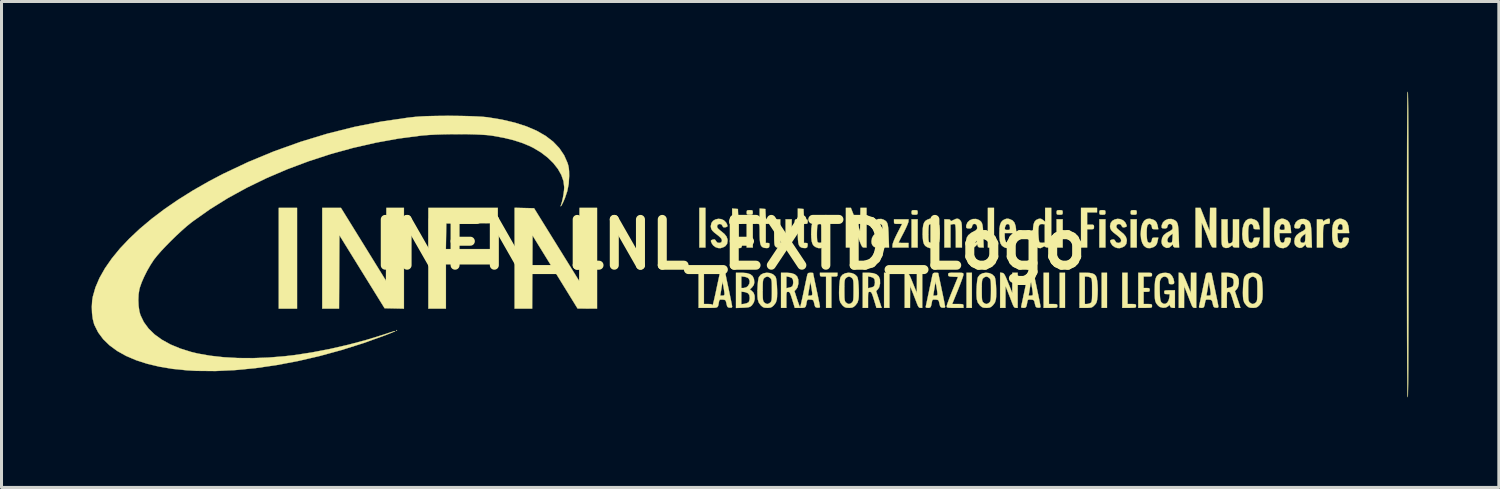
<source format=kicad_pcb>
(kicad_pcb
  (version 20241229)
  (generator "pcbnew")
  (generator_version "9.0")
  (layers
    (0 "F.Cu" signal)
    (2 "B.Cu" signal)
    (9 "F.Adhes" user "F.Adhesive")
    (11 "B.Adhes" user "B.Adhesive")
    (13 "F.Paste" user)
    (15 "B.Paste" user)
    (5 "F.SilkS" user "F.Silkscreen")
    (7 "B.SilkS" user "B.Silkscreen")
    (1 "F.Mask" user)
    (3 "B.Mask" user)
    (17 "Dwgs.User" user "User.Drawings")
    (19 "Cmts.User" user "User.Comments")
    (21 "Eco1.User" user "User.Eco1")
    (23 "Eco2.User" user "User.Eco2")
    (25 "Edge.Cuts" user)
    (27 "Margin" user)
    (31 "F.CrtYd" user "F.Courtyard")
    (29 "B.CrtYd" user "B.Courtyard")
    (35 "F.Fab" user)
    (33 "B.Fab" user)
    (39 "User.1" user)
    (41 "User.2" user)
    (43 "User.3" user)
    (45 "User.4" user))
  (footprint "INFN_LNL_EXTD_Logo"
    (layer "F.Cu")
    (at 21.236 5.085)
    (property "Reference" "INFN_LNL_EXTD_Logo" (at 0 0 0) (layer "F.SilkS") (effects (font (size 1.524 1.524) (thickness 0.3))))
    (attr through_hole)
    (fp_poly (pts (xy -14.402 2.134) (xy -15.011 2.134) (xy -15.011 -1.219) (xy -14.402 -1.219) (xy -14.402 2.134)) (stroke (width 0.01) (type solid)) (fill yes) (layer "F.SilkS"))
    (fp_poly (pts (xy -11.074 2.857) (xy -11.087 2.87) (xy -11.1 2.857) (xy -11.087 2.845) (xy -11.074 2.857)) (stroke (width 0.01) (type solid)) (fill yes) (layer "F.SilkS"))
    (fp_poly (pts (xy -0.813 0.102) (xy -1.016 0.102) (xy -1.016 -1.219) (xy -0.813 -1.219) (xy -0.813 0.102)) (stroke (width 0.01) (type solid)) (fill yes) (layer "F.SilkS"))
    (fp_poly (pts (xy 0.762 0.102) (xy 0.559 0.102) (xy 0.559 -0.838) (xy 0.762 -0.838) (xy 0.762 0.102)) (stroke (width 0.01) (type solid)) (fill yes) (layer "F.SilkS"))
    (fp_poly (pts (xy 5.309 2.108) (xy 5.131 2.108) (xy 5.131 0.94) (xy 5.309 0.94) (xy 5.309 2.108)) (stroke (width 0.01) (type solid)) (fill yes) (layer "F.SilkS"))
    (fp_poly (pts (xy 6.248 0.102) (xy 6.045 0.102) (xy 6.045 -0.838) (xy 6.248 -0.838) (xy 6.248 0.102)) (stroke (width 0.01) (type solid)) (fill yes) (layer "F.SilkS"))
    (fp_poly (pts (xy 8.052 2.108) (xy 7.874 2.108) (xy 7.874 0.94) (xy 8.052 0.94) (xy 8.052 2.108)) (stroke (width 0.01) (type solid)) (fill yes) (layer "F.SilkS"))
    (fp_poly (pts (xy 8.788 0.102) (xy 8.585 0.102) (xy 8.585 -1.219) (xy 8.788 -1.219) (xy 8.788 0.102)) (stroke (width 0.01) (type solid)) (fill yes) (layer "F.SilkS"))
    (fp_poly (pts (xy 11.074 0.102) (xy 10.871 0.102) (xy 10.871 -0.838) (xy 11.074 -0.838) (xy 11.074 0.102)) (stroke (width 0.01) (type solid)) (fill yes) (layer "F.SilkS"))
    (fp_poly (pts (xy 11.151 2.108) (xy 10.973 2.108) (xy 10.973 0.94) (xy 11.151 0.94) (xy 11.151 2.108)) (stroke (width 0.01) (type solid)) (fill yes) (layer "F.SilkS"))
    (fp_poly (pts (xy 12.497 0.102) (xy 12.294 0.102) (xy 12.294 -0.838) (xy 12.497 -0.838) (xy 12.497 0.102)) (stroke (width 0.01) (type solid)) (fill yes) (layer "F.SilkS"))
    (fp_poly (pts (xy 12.548 2.108) (xy 12.37 2.108) (xy 12.37 0.94) (xy 12.548 0.94) (xy 12.548 2.108)) (stroke (width 0.01) (type solid)) (fill yes) (layer "F.SilkS"))
    (fp_poly (pts (xy 13.538 0.102) (xy 13.335 0.102) (xy 13.335 -0.838) (xy 13.538 -0.838) (xy 13.538 0.102)) (stroke (width 0.01) (type solid)) (fill yes) (layer "F.SilkS"))
    (fp_poly (pts (xy 17.958 0.102) (xy 17.755 0.102) (xy 17.755 -1.219) (xy 17.958 -1.219) (xy 17.958 0.102)) (stroke (width 0.01) (type solid)) (fill yes) (layer "F.SilkS"))
    (fp_poly (pts (xy -7.722 -0.712) (xy -9.436 -0.699) (xy -9.443 -0.273) (xy -9.45 0.152) (xy -7.925 0.152) (xy -7.925 0.66) (xy -9.449 0.66) (xy -9.449 2.134) (xy -10.033 2.134) (xy -10.033 -1.219) (xy -7.722 -1.219) (xy -7.722 -0.712)) (stroke (width 0.01) (type solid)) (fill yes) (layer "F.SilkS"))
    (fp_poly (pts (xy -6.515 -1.206) (xy -5.766 0.002) (xy -5.016 1.211) (xy -5.01 -0.004) (xy -5.003 -1.219) (xy -4.42 -1.219) (xy -4.42 2.134) (xy -5.067 2.131) (xy -6.566 -0.3) (xy -6.579 2.134) (xy -7.163 2.134) (xy -7.163 -1.221) (xy -6.515 -1.206)) (stroke (width 0.01) (type solid)) (fill yes) (layer "F.SilkS"))
    (fp_poly (pts (xy -10.846 2.135) (xy -11.168 2.128) (xy -11.489 2.121) (xy -12.241 0.907) (xy -12.992 -0.307) (xy -13.005 2.134) (xy -13.564 2.134) (xy -13.564 -1.219) (xy -13.252 -1.219) (xy -12.941 -1.218) (xy -12.192 -0.007) (xy -11.443 1.205) (xy -11.43 -1.219) (xy -10.846 -1.219) (xy -10.846 2.135)) (stroke (width 0.01) (type solid)) (fill yes) (layer "F.SilkS"))
    (fp_poly (pts (xy 10.617 1.981) (xy 10.757 1.981) (xy 10.837 1.983) (xy 10.879 1.992) (xy 10.894 2.013) (xy 10.897 2.045) (xy 10.895 2.075) (xy 10.883 2.093) (xy 10.851 2.103) (xy 10.789 2.107) (xy 10.688 2.108) (xy 10.668 2.108) (xy 10.439 2.108) (xy 10.439 0.94) (xy 10.617 0.94) (xy 10.617 1.981)) (stroke (width 0.01) (type solid)) (fill yes) (layer "F.SilkS"))
    (fp_poly (pts (xy 13.233 1.981) (xy 13.373 1.981) (xy 13.453 1.983) (xy 13.495 1.992) (xy 13.511 2.013) (xy 13.513 2.045) (xy 13.511 2.075) (xy 13.499 2.093) (xy 13.467 2.103) (xy 13.405 2.107) (xy 13.304 2.108) (xy 13.284 2.108) (xy 13.056 2.108) (xy 13.056 0.94) (xy 13.233 0.94) (xy 13.233 1.981)) (stroke (width 0.01) (type solid)) (fill yes) (layer "F.SilkS"))
    (fp_poly (pts (xy 0.726 -1.14) (xy 0.755 -1.124) (xy 0.762 -1.083) (xy 0.762 -1.067) (xy 0.758 -1.018) (xy 0.736 -0.996) (xy 0.682 -0.991) (xy 0.66 -0.991) (xy 0.595 -0.994) (xy 0.566 -1.01) (xy 0.559 -1.05) (xy 0.559 -1.067) (xy 0.563 -1.116) (xy 0.585 -1.137) (xy 0.639 -1.143) (xy 0.66 -1.143) (xy 0.726 -1.14)) (stroke (width 0.01) (type solid)) (fill yes) (layer "F.SilkS"))
    (fp_poly (pts (xy 3.581 1.003) (xy 3.576 1.044) (xy 3.55 1.062) (xy 3.489 1.067) (xy 3.48 1.067) (xy 3.378 1.067) (xy 3.378 2.108) (xy 3.2 2.108) (xy 3.2 1.067) (xy 3.099 1.067) (xy 3.033 1.063) (xy 3.004 1.047) (xy 2.997 1.009) (xy 2.997 1.003) (xy 2.997 0.94) (xy 3.581 0.94) (xy 3.581 1.003)) (stroke (width 0.01) (type solid)) (fill yes) (layer "F.SilkS"))
    (fp_poly (pts (xy 6.212 -1.14) (xy 6.241 -1.124) (xy 6.248 -1.083) (xy 6.248 -1.067) (xy 6.244 -1.018) (xy 6.223 -0.996) (xy 6.169 -0.991) (xy 6.147 -0.991) (xy 6.082 -0.994) (xy 6.053 -1.01) (xy 6.045 -1.05) (xy 6.045 -1.067) (xy 6.049 -1.116) (xy 6.071 -1.137) (xy 6.125 -1.143) (xy 6.147 -1.143) (xy 6.212 -1.14)) (stroke (width 0.01) (type solid)) (fill yes) (layer "F.SilkS"))
    (fp_poly (pts (xy 11.038 -1.14) (xy 11.067 -1.124) (xy 11.074 -1.083) (xy 11.074 -1.067) (xy 11.07 -1.018) (xy 11.049 -0.996) (xy 10.995 -0.991) (xy 10.973 -0.991) (xy 10.908 -0.994) (xy 10.879 -1.01) (xy 10.871 -1.05) (xy 10.871 -1.067) (xy 10.875 -1.116) (xy 10.897 -1.137) (xy 10.951 -1.143) (xy 10.973 -1.143) (xy 11.038 -1.14)) (stroke (width 0.01) (type solid)) (fill yes) (layer "F.SilkS"))
    (fp_poly (pts (xy 12.46 -1.14) (xy 12.489 -1.124) (xy 12.497 -1.083) (xy 12.497 -1.067) (xy 12.493 -1.018) (xy 12.471 -0.996) (xy 12.417 -0.991) (xy 12.395 -0.991) (xy 12.33 -0.994) (xy 12.301 -1.01) (xy 12.294 -1.05) (xy 12.294 -1.067) (xy 12.298 -1.116) (xy 12.319 -1.137) (xy 12.373 -1.143) (xy 12.395 -1.143) (xy 12.46 -1.14)) (stroke (width 0.01) (type solid)) (fill yes) (layer "F.SilkS"))
    (fp_poly (pts (xy 13.502 -1.14) (xy 13.531 -1.124) (xy 13.538 -1.083) (xy 13.538 -1.067) (xy 13.534 -1.018) (xy 13.512 -0.996) (xy 13.458 -0.991) (xy 13.437 -0.991) (xy 13.371 -0.994) (xy 13.342 -1.01) (xy 13.335 -1.05) (xy 13.335 -1.067) (xy 13.339 -1.116) (xy 13.361 -1.137) (xy 13.415 -1.143) (xy 13.437 -1.143) (xy 13.502 -1.14)) (stroke (width 0.01) (type solid)) (fill yes) (layer "F.SilkS"))
    (fp_poly (pts (xy 12.217 -1.067) (xy 11.887 -1.067) (xy 11.887 -0.66) (xy 12.002 -0.66) (xy 12.072 -0.658) (xy 12.105 -0.645) (xy 12.115 -0.613) (xy 12.116 -0.584) (xy 12.112 -0.537) (xy 12.093 -0.515) (xy 12.045 -0.508) (xy 12.002 -0.508) (xy 11.887 -0.508) (xy 11.887 0.102) (xy 11.684 0.102) (xy 11.684 -1.219) (xy 12.217 -1.219) (xy 12.217 -1.067)) (stroke (width 0.01) (type solid)) (fill yes) (layer "F.SilkS"))
    (fp_poly (pts (xy 4.547 0.102) (xy 4.473 0.102) (xy 4.442 0.099) (xy 4.416 0.088) (xy 4.392 0.059) (xy 4.365 0.005) (xy 4.329 -0.08) (xy 4.28 -0.206) (xy 4.279 -0.21) (xy 4.229 -0.337) (xy 4.182 -0.456) (xy 4.142 -0.555) (xy 4.115 -0.62) (xy 4.114 -0.622) (xy 4.068 -0.724) (xy 4.064 0.102) (xy 3.861 0.102) (xy 3.861 -1.219) (xy 4.026 -1.219) (xy 4.331 -0.446) (xy 4.338 -0.833) (xy 4.345 -1.219) (xy 4.547 -1.219) (xy 4.547 0.102)) (stroke (width 0.01) (type solid)) (fill yes) (layer "F.SilkS"))
    (fp_poly (pts (xy 16.18 0.102) (xy 16.106 0.102) (xy 16.075 0.099) (xy 16.05 0.088) (xy 16.026 0.059) (xy 15.998 0.005) (xy 15.962 -0.08) (xy 15.913 -0.206) (xy 15.912 -0.21) (xy 15.863 -0.337) (xy 15.815 -0.456) (xy 15.775 -0.555) (xy 15.748 -0.62) (xy 15.747 -0.622) (xy 15.701 -0.724) (xy 15.697 0.102) (xy 15.494 0.102) (xy 15.494 -1.219) (xy 15.659 -1.219) (xy 15.964 -0.446) (xy 15.971 -0.833) (xy 15.978 -1.219) (xy 16.18 -1.219) (xy 16.18 0.102)) (stroke (width 0.01) (type solid)) (fill yes) (layer "F.SilkS"))
    (fp_poly (pts (xy 5.885 0.944) (xy 5.914 0.952) (xy 5.94 0.97) (xy 5.966 1.008) (xy 5.999 1.071) (xy 6.041 1.169) (xy 6.087 1.283) (xy 6.221 1.613) (xy 6.222 1.276) (xy 6.223 0.94) (xy 6.401 0.94) (xy 6.401 2.108) (xy 6.34 2.108) (xy 6.306 2.102) (xy 6.278 2.077) (xy 6.248 2.023) (xy 6.211 1.93) (xy 6.209 1.924) (xy 6.162 1.801) (xy 6.109 1.665) (xy 6.068 1.562) (xy 5.997 1.384) (xy 5.996 1.746) (xy 5.994 2.108) (xy 5.817 2.108) (xy 5.817 0.936) (xy 5.885 0.944)) (stroke (width 0.01) (type solid)) (fill yes) (layer "F.SilkS"))
    (fp_poly (pts (xy 9.06 0.944) (xy 9.089 0.952) (xy 9.115 0.97) (xy 9.141 1.008) (xy 9.174 1.071) (xy 9.216 1.169) (xy 9.262 1.283) (xy 9.396 1.613) (xy 9.397 1.276) (xy 9.398 0.94) (xy 9.576 0.94) (xy 9.576 2.108) (xy 9.515 2.108) (xy 9.481 2.102) (xy 9.453 2.077) (xy 9.423 2.023) (xy 9.386 1.93) (xy 9.384 1.924) (xy 9.337 1.801) (xy 9.284 1.665) (xy 9.243 1.562) (xy 9.172 1.384) (xy 9.171 1.746) (xy 9.169 2.108) (xy 8.992 2.108) (xy 8.992 0.936) (xy 9.06 0.944)) (stroke (width 0.01) (type solid)) (fill yes) (layer "F.SilkS"))
    (fp_poly (pts (xy 15.004 0.944) (xy 15.033 0.952) (xy 15.058 0.97) (xy 15.085 1.008) (xy 15.117 1.071) (xy 15.159 1.169) (xy 15.206 1.283) (xy 15.339 1.613) (xy 15.34 1.276) (xy 15.342 0.94) (xy 15.519 0.94) (xy 15.519 2.108) (xy 15.458 2.108) (xy 15.424 2.102) (xy 15.396 2.077) (xy 15.367 2.023) (xy 15.33 1.93) (xy 15.327 1.924) (xy 15.28 1.801) (xy 15.227 1.665) (xy 15.187 1.562) (xy 15.116 1.384) (xy 15.114 1.746) (xy 15.113 2.108) (xy 14.935 2.108) (xy 14.935 0.936) (xy 15.004 0.944)) (stroke (width 0.01) (type solid)) (fill yes) (layer "F.SilkS"))
    (fp_poly (pts (xy 19.96 -0.843) (xy 19.964 -0.789) (xy 19.964 -0.777) (xy 19.961 -0.717) (xy 19.94 -0.691) (xy 19.889 -0.686) (xy 19.881 -0.686) (xy 19.827 -0.683) (xy 19.789 -0.67) (xy 19.763 -0.639) (xy 19.747 -0.583) (xy 19.739 -0.495) (xy 19.736 -0.369) (xy 19.736 -0.262) (xy 19.736 0.102) (xy 19.533 0.102) (xy 19.533 -0.838) (xy 19.634 -0.838) (xy 19.703 -0.833) (xy 19.732 -0.814) (xy 19.736 -0.796) (xy 19.74 -0.768) (xy 19.761 -0.777) (xy 19.78 -0.794) (xy 19.839 -0.831) (xy 19.895 -0.852) (xy 19.941 -0.859) (xy 19.96 -0.843)) (stroke (width 0.01) (type solid)) (fill yes) (layer "F.SilkS"))
    (fp_poly (pts (xy 5.944 -0.77) (xy 5.932 -0.724) (xy 5.9 -0.643) (xy 5.853 -0.538) (xy 5.795 -0.42) (xy 5.779 -0.389) (xy 5.719 -0.275) (xy 5.669 -0.178) (xy 5.633 -0.105) (xy 5.615 -0.067) (xy 5.613 -0.063) (xy 5.637 -0.057) (xy 5.697 -0.052) (xy 5.779 -0.051) (xy 5.944 -0.051) (xy 5.944 0.102) (xy 5.41 0.102) (xy 5.411 0.019) (xy 5.424 -0.041) (xy 5.46 -0.137) (xy 5.515 -0.26) (xy 5.572 -0.375) (xy 5.732 -0.686) (xy 5.596 -0.686) (xy 5.518 -0.687) (xy 5.478 -0.696) (xy 5.463 -0.72) (xy 5.461 -0.762) (xy 5.461 -0.838) (xy 5.944 -0.838) (xy 5.944 -0.77)) (stroke (width 0.01) (type solid)) (fill yes) (layer "F.SilkS"))
    (fp_poly (pts (xy 7.64 -0.829) (xy 7.669 -0.797) (xy 7.689 -0.768) (xy 7.703 -0.734) (xy 7.712 -0.686) (xy 7.718 -0.617) (xy 7.721 -0.516) (xy 7.722 -0.377) (xy 7.722 -0.314) (xy 7.722 0.102) (xy 7.518 0.102) (xy 7.518 -0.278) (xy 7.517 -0.439) (xy 7.511 -0.561) (xy 7.503 -0.641) (xy 7.492 -0.674) (xy 7.492 -0.674) (xy 7.448 -0.681) (xy 7.403 -0.675) (xy 7.341 -0.659) (xy 7.341 0.102) (xy 7.137 0.102) (xy 7.137 -0.838) (xy 7.239 -0.838) (xy 7.31 -0.832) (xy 7.339 -0.811) (xy 7.341 -0.8) (xy 7.348 -0.78) (xy 7.377 -0.784) (xy 7.435 -0.813) (xy 7.524 -0.853) (xy 7.588 -0.858) (xy 7.64 -0.829)) (stroke (width 0.01) (type solid)) (fill yes) (layer "F.SilkS"))
    (fp_poly (pts (xy 1.676 -0.446) (xy 1.678 -0.272) (xy 1.684 -0.145) (xy 1.693 -0.066) (xy 1.704 -0.037) (xy 1.745 -0.035) (xy 1.793 -0.052) (xy 1.817 -0.066) (xy 1.833 -0.085) (xy 1.844 -0.117) (xy 1.85 -0.169) (xy 1.853 -0.252) (xy 1.854 -0.371) (xy 1.854 -0.461) (xy 1.854 -0.838) (xy 2.057 -0.838) (xy 2.057 0.102) (xy 1.956 0.102) (xy 1.885 0.095) (xy 1.856 0.074) (xy 1.854 0.064) (xy 1.844 0.029) (xy 1.81 0.038) (xy 1.778 0.063) (xy 1.699 0.109) (xy 1.614 0.118) (xy 1.54 0.09) (xy 1.527 0.079) (xy 1.507 0.056) (xy 1.493 0.028) (xy 1.483 -0.013) (xy 1.478 -0.076) (xy 1.474 -0.168) (xy 1.473 -0.297) (xy 1.473 -0.406) (xy 1.473 -0.838) (xy 1.676 -0.838) (xy 1.676 -0.446)) (stroke (width 0.01) (type solid)) (fill yes) (layer "F.SilkS"))
    (fp_poly (pts (xy 13.926 0.94) (xy 13.993 0.944) (xy 14.029 0.952) (xy 14.043 0.97) (xy 14.046 0.998) (xy 14.046 1.003) (xy 14.043 1.04) (xy 14.023 1.059) (xy 13.976 1.066) (xy 13.906 1.067) (xy 13.767 1.067) (xy 13.767 1.448) (xy 13.868 1.448) (xy 13.934 1.451) (xy 13.963 1.468) (xy 13.97 1.506) (xy 13.97 1.511) (xy 13.964 1.552) (xy 13.938 1.57) (xy 13.877 1.575) (xy 13.868 1.575) (xy 13.767 1.575) (xy 13.767 1.981) (xy 13.906 1.981) (xy 13.987 1.983) (xy 14.028 1.992) (xy 14.044 2.013) (xy 14.046 2.045) (xy 14.044 2.075) (xy 14.032 2.093) (xy 14 2.103) (xy 13.939 2.107) (xy 13.838 2.108) (xy 13.818 2.108) (xy 13.589 2.108) (xy 13.589 0.94) (xy 13.818 0.94) (xy 13.926 0.94)) (stroke (width 0.01) (type solid)) (fill yes) (layer "F.SilkS"))
    (fp_poly (pts (xy 16.561 -0.446) (xy 16.563 -0.272) (xy 16.568 -0.145) (xy 16.577 -0.066) (xy 16.589 -0.037) (xy 16.63 -0.035) (xy 16.678 -0.052) (xy 16.701 -0.066) (xy 16.718 -0.085) (xy 16.728 -0.117) (xy 16.735 -0.169) (xy 16.738 -0.252) (xy 16.739 -0.371) (xy 16.739 -0.461) (xy 16.739 -0.838) (xy 16.942 -0.838) (xy 16.942 0.102) (xy 16.84 0.102) (xy 16.77 0.095) (xy 16.74 0.074) (xy 16.739 0.064) (xy 16.728 0.029) (xy 16.694 0.038) (xy 16.663 0.063) (xy 16.584 0.109) (xy 16.498 0.118) (xy 16.424 0.09) (xy 16.411 0.079) (xy 16.391 0.056) (xy 16.377 0.028) (xy 16.368 -0.013) (xy 16.362 -0.076) (xy 16.359 -0.168) (xy 16.358 -0.297) (xy 16.358 -0.406) (xy 16.358 -0.838) (xy 16.561 -0.838) (xy 16.561 -0.446)) (stroke (width 0.01) (type solid)) (fill yes) (layer "F.SilkS"))
    (fp_poly (pts (xy 4.604 0.94) (xy 4.762 0.953) (xy 4.878 0.993) (xy 4.955 1.063) (xy 4.994 1.164) (xy 4.997 1.299) (xy 4.997 1.303) (xy 4.968 1.423) (xy 4.926 1.488) (xy 4.866 1.551) (xy 4.958 1.83) (xy 5.05 2.108) (xy 4.877 2.108) (xy 4.796 1.841) (xy 4.759 1.724) (xy 4.731 1.646) (xy 4.707 1.601) (xy 4.684 1.58) (xy 4.658 1.575) (xy 4.656 1.575) (xy 4.63 1.577) (xy 4.613 1.589) (xy 4.603 1.62) (xy 4.599 1.68) (xy 4.597 1.776) (xy 4.597 1.841) (xy 4.597 2.108) (xy 4.42 2.108) (xy 4.42 1.454) (xy 4.597 1.454) (xy 4.678 1.438) (xy 4.745 1.418) (xy 4.792 1.394) (xy 4.813 1.352) (xy 4.825 1.282) (xy 4.826 1.257) (xy 4.816 1.168) (xy 4.778 1.113) (xy 4.702 1.082) (xy 4.678 1.076) (xy 4.597 1.06) (xy 4.597 1.454) (xy 4.42 1.454) (xy 4.42 0.94) (xy 4.604 0.94)) (stroke (width 0.01) (type solid)) (fill yes) (layer "F.SilkS"))
    (fp_poly (pts (xy 16.542 0.94) (xy 16.7 0.953) (xy 16.816 0.993) (xy 16.893 1.063) (xy 16.932 1.164) (xy 16.935 1.299) (xy 16.935 1.303) (xy 16.906 1.423) (xy 16.864 1.488) (xy 16.804 1.551) (xy 16.896 1.83) (xy 16.988 2.108) (xy 16.815 2.108) (xy 16.734 1.841) (xy 16.697 1.724) (xy 16.669 1.646) (xy 16.645 1.601) (xy 16.622 1.58) (xy 16.596 1.575) (xy 16.594 1.575) (xy 16.568 1.577) (xy 16.551 1.589) (xy 16.541 1.62) (xy 16.537 1.68) (xy 16.535 1.776) (xy 16.535 1.841) (xy 16.535 2.108) (xy 16.358 2.108) (xy 16.358 1.454) (xy 16.535 1.454) (xy 16.616 1.438) (xy 16.683 1.418) (xy 16.73 1.394) (xy 16.751 1.352) (xy 16.763 1.282) (xy 16.764 1.257) (xy 16.754 1.168) (xy 16.716 1.113) (xy 16.64 1.082) (xy 16.616 1.076) (xy 16.535 1.06) (xy 16.535 1.454) (xy 16.358 1.454) (xy 16.358 0.94) (xy 16.542 0.94)) (stroke (width 0.01) (type solid)) (fill yes) (layer "F.SilkS"))
    (fp_poly (pts (xy 7.634 0.94) (xy 7.707 0.943) (xy 7.749 0.951) (xy 7.767 0.965) (xy 7.772 0.988) (xy 7.772 1) (xy 7.763 1.042) (xy 7.737 1.122) (xy 7.697 1.232) (xy 7.647 1.364) (xy 7.589 1.509) (xy 7.585 1.521) (xy 7.397 1.981) (xy 7.585 1.981) (xy 7.681 1.982) (xy 7.737 1.987) (xy 7.763 2) (xy 7.772 2.023) (xy 7.772 2.045) (xy 7.772 2.108) (xy 7.493 2.108) (xy 7.371 2.108) (xy 7.291 2.105) (xy 7.244 2.099) (xy 7.222 2.087) (xy 7.215 2.067) (xy 7.215 2.051) (xy 7.224 2.01) (xy 7.251 1.931) (xy 7.291 1.822) (xy 7.341 1.691) (xy 7.399 1.546) (xy 7.403 1.537) (xy 7.591 1.079) (xy 7.428 1.072) (xy 7.339 1.067) (xy 7.29 1.057) (xy 7.269 1.04) (xy 7.264 1.008) (xy 7.264 1.002) (xy 7.266 0.974) (xy 7.277 0.956) (xy 7.307 0.946) (xy 7.365 0.941) (xy 7.461 0.94) (xy 7.518 0.94) (xy 7.634 0.94)) (stroke (width 0.01) (type solid)) (fill yes) (layer "F.SilkS"))
    (fp_poly (pts (xy 10.693 0.102) (xy 10.594 0.102) (xy 10.528 0.095) (xy 10.488 0.077) (xy 10.484 0.071) (xy 10.463 0.058) (xy 10.415 0.083) (xy 10.413 0.084) (xy 10.337 0.122) (xy 10.267 0.115) (xy 10.202 0.075) (xy 10.151 0.018) (xy 10.115 -0.064) (xy 10.094 -0.178) (xy 10.085 -0.332) (xy 10.084 -0.396) (xy 10.087 -0.499) (xy 10.264 -0.499) (xy 10.265 -0.362) (xy 10.266 -0.346) (xy 10.273 -0.239) (xy 10.282 -0.151) (xy 10.292 -0.093) (xy 10.297 -0.081) (xy 10.336 -0.059) (xy 10.397 -0.056) (xy 10.477 -0.064) (xy 10.477 -0.673) (xy 10.397 -0.681) (xy 10.338 -0.678) (xy 10.297 -0.651) (xy 10.274 -0.593) (xy 10.264 -0.499) (xy 10.087 -0.499) (xy 10.089 -0.555) (xy 10.105 -0.671) (xy 10.135 -0.752) (xy 10.181 -0.806) (xy 10.212 -0.826) (xy 10.29 -0.858) (xy 10.352 -0.855) (xy 10.417 -0.816) (xy 10.423 -0.811) (xy 10.49 -0.758) (xy 10.49 -1.219) (xy 10.693 -1.219) (xy 10.693 0.102)) (stroke (width 0.01) (type solid)) (fill yes) (layer "F.SilkS"))
    (fp_poly (pts (xy 11.96 0.945) (xy 12.059 0.962) (xy 12.127 0.994) (xy 12.175 1.045) (xy 12.179 1.05) (xy 12.204 1.115) (xy 12.223 1.219) (xy 12.235 1.351) (xy 12.241 1.498) (xy 12.237 1.65) (xy 12.231 1.74) (xy 12.219 1.845) (xy 12.204 1.915) (xy 12.18 1.965) (xy 12.141 2.011) (xy 12.128 2.024) (xy 12.084 2.066) (xy 12.044 2.091) (xy 11.994 2.103) (xy 11.918 2.108) (xy 11.839 2.108) (xy 11.633 2.108) (xy 11.633 1.067) (xy 11.811 1.067) (xy 11.811 1.981) (xy 11.882 1.981) (xy 11.954 1.968) (xy 12.003 1.945) (xy 12.022 1.927) (xy 12.035 1.901) (xy 12.044 1.857) (xy 12.049 1.788) (xy 12.052 1.686) (xy 12.052 1.542) (xy 12.052 1.524) (xy 12.052 1.375) (xy 12.05 1.269) (xy 12.045 1.197) (xy 12.037 1.151) (xy 12.024 1.123) (xy 12.005 1.105) (xy 12.003 1.103) (xy 11.94 1.075) (xy 11.882 1.067) (xy 11.811 1.067) (xy 11.633 1.067) (xy 11.633 0.94) (xy 11.822 0.94) (xy 11.96 0.945)) (stroke (width 0.01) (type solid)) (fill yes) (layer "F.SilkS"))
    (fp_poly (pts (xy 0.171 -1.189) (xy 0.267 -1.181) (xy 0.274 -1.01) (xy 0.279 -0.919) (xy 0.288 -0.867) (xy 0.304 -0.844) (xy 0.333 -0.838) (xy 0.344 -0.838) (xy 0.389 -0.83) (xy 0.405 -0.794) (xy 0.406 -0.762) (xy 0.4 -0.708) (xy 0.371 -0.688) (xy 0.343 -0.686) (xy 0.279 -0.686) (xy 0.279 -0.051) (xy 0.345 -0.051) (xy 0.389 -0.045) (xy 0.404 -0.017) (xy 0.402 0.032) (xy 0.389 0.09) (xy 0.357 0.114) (xy 0.318 0.12) (xy 0.242 0.114) (xy 0.187 0.098) (xy 0.144 0.067) (xy 0.113 0.02) (xy 0.093 -0.053) (xy 0.081 -0.157) (xy 0.077 -0.302) (xy 0.076 -0.369) (xy 0.076 -0.501) (xy 0.073 -0.59) (xy 0.068 -0.645) (xy 0.058 -0.673) (xy 0.042 -0.684) (xy 0.025 -0.686) (xy -0.012 -0.698) (xy -0.025 -0.742) (xy -0.025 -0.762) (xy -0.017 -0.818) (xy 0.012 -0.837) (xy 0.025 -0.838) (xy 0.052 -0.843) (xy 0.067 -0.864) (xy 0.074 -0.913) (xy 0.076 -1.001) (xy 0.076 -1.018) (xy 0.076 -1.197) (xy 0.171 -1.189)) (stroke (width 0.01) (type solid)) (fill yes) (layer "F.SilkS"))
    (fp_poly (pts (xy 1.086 -1.189) (xy 1.181 -1.181) (xy 1.189 -1.01) (xy 1.194 -0.919) (xy 1.202 -0.867) (xy 1.219 -0.844) (xy 1.248 -0.838) (xy 1.258 -0.838) (xy 1.303 -0.83) (xy 1.319 -0.794) (xy 1.321 -0.762) (xy 1.314 -0.708) (xy 1.285 -0.688) (xy 1.257 -0.686) (xy 1.194 -0.686) (xy 1.194 -0.051) (xy 1.259 -0.051) (xy 1.303 -0.045) (xy 1.318 -0.017) (xy 1.316 0.032) (xy 1.304 0.09) (xy 1.272 0.114) (xy 1.232 0.12) (xy 1.157 0.114) (xy 1.101 0.098) (xy 1.058 0.067) (xy 1.027 0.02) (xy 1.007 -0.053) (xy 0.996 -0.157) (xy 0.991 -0.302) (xy 0.991 -0.369) (xy 0.99 -0.501) (xy 0.988 -0.59) (xy 0.982 -0.645) (xy 0.973 -0.673) (xy 0.957 -0.684) (xy 0.94 -0.686) (xy 0.903 -0.698) (xy 0.89 -0.742) (xy 0.889 -0.762) (xy 0.897 -0.818) (xy 0.927 -0.837) (xy 0.94 -0.838) (xy 0.966 -0.843) (xy 0.982 -0.864) (xy 0.989 -0.913) (xy 0.991 -1.001) (xy 0.991 -1.018) (xy 0.991 -1.197) (xy 1.086 -1.189)) (stroke (width 0.01) (type solid)) (fill yes) (layer "F.SilkS"))
    (fp_poly (pts (xy 2.356 -1.189) (xy 2.451 -1.181) (xy 2.459 -1.01) (xy 2.464 -0.919) (xy 2.472 -0.867) (xy 2.489 -0.844) (xy 2.518 -0.838) (xy 2.528 -0.838) (xy 2.573 -0.83) (xy 2.589 -0.794) (xy 2.591 -0.762) (xy 2.584 -0.708) (xy 2.555 -0.688) (xy 2.527 -0.686) (xy 2.464 -0.686) (xy 2.464 -0.051) (xy 2.529 -0.051) (xy 2.573 -0.045) (xy 2.588 -0.017) (xy 2.586 0.032) (xy 2.574 0.09) (xy 2.542 0.114) (xy 2.502 0.12) (xy 2.427 0.114) (xy 2.371 0.098) (xy 2.328 0.067) (xy 2.297 0.02) (xy 2.277 -0.053) (xy 2.266 -0.157) (xy 2.261 -0.302) (xy 2.261 -0.369) (xy 2.26 -0.501) (xy 2.258 -0.59) (xy 2.252 -0.645) (xy 2.243 -0.673) (xy 2.227 -0.684) (xy 2.21 -0.686) (xy 2.173 -0.698) (xy 2.16 -0.742) (xy 2.159 -0.762) (xy 2.167 -0.818) (xy 2.197 -0.837) (xy 2.21 -0.838) (xy 2.236 -0.843) (xy 2.252 -0.864) (xy 2.259 -0.913) (xy 2.261 -1.001) (xy 2.261 -1.018) (xy 2.261 -1.197) (xy 2.356 -1.189)) (stroke (width 0.01) (type solid)) (fill yes) (layer "F.SilkS"))
    (fp_poly (pts (xy 14.078 -0.83) (xy 14.152 -0.788) (xy 14.199 -0.731) (xy 14.229 -0.642) (xy 14.237 -0.603) (xy 14.255 -0.508) (xy 14.151 -0.508) (xy 14.083 -0.512) (xy 14.052 -0.529) (xy 14.046 -0.557) (xy 14.032 -0.632) (xy 13.997 -0.677) (xy 13.952 -0.687) (xy 13.907 -0.656) (xy 13.895 -0.637) (xy 13.88 -0.582) (xy 13.871 -0.494) (xy 13.868 -0.388) (xy 13.871 -0.279) (xy 13.879 -0.182) (xy 13.892 -0.112) (xy 13.902 -0.091) (xy 13.95 -0.054) (xy 13.998 -0.061) (xy 14.033 -0.107) (xy 14.041 -0.146) (xy 14.05 -0.199) (xy 14.074 -0.222) (xy 14.129 -0.228) (xy 14.152 -0.229) (xy 14.255 -0.229) (xy 14.237 -0.134) (xy 14.21 -0.031) (xy 14.17 0.036) (xy 14.107 0.08) (xy 14.083 0.091) (xy 13.984 0.121) (xy 13.901 0.118) (xy 13.856 0.103) (xy 13.778 0.045) (xy 13.72 -0.054) (xy 13.683 -0.185) (xy 13.669 -0.343) (xy 13.682 -0.518) (xy 13.684 -0.538) (xy 13.722 -0.684) (xy 13.784 -0.787) (xy 13.866 -0.846) (xy 13.969 -0.859) (xy 14.078 -0.83)) (stroke (width 0.01) (type solid)) (fill yes) (layer "F.SilkS"))
    (fp_poly (pts (xy 17.456 -0.83) (xy 17.53 -0.788) (xy 17.577 -0.731) (xy 17.607 -0.642) (xy 17.615 -0.603) (xy 17.633 -0.508) (xy 17.529 -0.508) (xy 17.461 -0.512) (xy 17.43 -0.529) (xy 17.424 -0.557) (xy 17.41 -0.632) (xy 17.375 -0.677) (xy 17.33 -0.687) (xy 17.285 -0.656) (xy 17.273 -0.637) (xy 17.258 -0.582) (xy 17.249 -0.494) (xy 17.246 -0.388) (xy 17.249 -0.279) (xy 17.257 -0.182) (xy 17.271 -0.112) (xy 17.28 -0.091) (xy 17.329 -0.054) (xy 17.377 -0.061) (xy 17.411 -0.107) (xy 17.42 -0.146) (xy 17.429 -0.199) (xy 17.452 -0.222) (xy 17.507 -0.228) (xy 17.53 -0.229) (xy 17.633 -0.229) (xy 17.615 -0.134) (xy 17.589 -0.031) (xy 17.549 0.036) (xy 17.486 0.08) (xy 17.461 0.091) (xy 17.363 0.121) (xy 17.279 0.118) (xy 17.234 0.103) (xy 17.156 0.045) (xy 17.098 -0.054) (xy 17.061 -0.185) (xy 17.048 -0.343) (xy 17.06 -0.518) (xy 17.063 -0.538) (xy 17.101 -0.684) (xy 17.162 -0.787) (xy 17.245 -0.846) (xy 17.347 -0.859) (xy 17.456 -0.83)) (stroke (width 0.01) (type solid)) (fill yes) (layer "F.SilkS"))
    (fp_poly (pts (xy 3.092 -0.835) (xy 3.113 -0.826) (xy 3.18 -0.786) (xy 3.228 -0.724) (xy 3.258 -0.633) (xy 3.273 -0.506) (xy 3.277 -0.368) (xy 3.271 -0.206) (xy 3.254 -0.086) (xy 3.221 -0.000386) (xy 3.17 0.057) (xy 3.113 0.09) (xy 3.021 0.12) (xy 2.944 0.12) (xy 2.861 0.09) (xy 2.853 0.086) (xy 2.792 0.044) (xy 2.749 -0.018) (xy 2.722 -0.108) (xy 2.708 -0.233) (xy 2.706 -0.332) (xy 2.896 -0.332) (xy 2.898 -0.229) (xy 2.903 -0.144) (xy 2.911 -0.092) (xy 2.912 -0.09) (xy 2.949 -0.058) (xy 2.994 -0.056) (xy 3.061 -0.064) (xy 3.061 -0.368) (xy 3.06 -0.497) (xy 3.058 -0.583) (xy 3.053 -0.636) (xy 3.042 -0.664) (xy 3.024 -0.677) (xy 3 -0.682) (xy 2.945 -0.676) (xy 2.918 -0.656) (xy 2.909 -0.617) (xy 2.902 -0.54) (xy 2.898 -0.441) (xy 2.896 -0.332) (xy 2.706 -0.332) (xy 2.705 -0.368) (xy 2.71 -0.528) (xy 2.725 -0.646) (xy 2.754 -0.729) (xy 2.8 -0.787) (xy 2.857 -0.824) (xy 2.94 -0.856) (xy 3.009 -0.859) (xy 3.092 -0.835)) (stroke (width 0.01) (type solid)) (fill yes) (layer "F.SilkS"))
    (fp_poly (pts (xy 6.8 -0.835) (xy 6.822 -0.826) (xy 6.889 -0.786) (xy 6.936 -0.724) (xy 6.966 -0.633) (xy 6.981 -0.506) (xy 6.985 -0.368) (xy 6.98 -0.206) (xy 6.962 -0.086) (xy 6.929 -0.000386) (xy 6.879 0.057) (xy 6.822 0.09) (xy 6.729 0.12) (xy 6.653 0.12) (xy 6.569 0.09) (xy 6.562 0.086) (xy 6.5 0.044) (xy 6.457 -0.018) (xy 6.43 -0.108) (xy 6.417 -0.233) (xy 6.414 -0.332) (xy 6.605 -0.332) (xy 6.606 -0.229) (xy 6.611 -0.144) (xy 6.619 -0.092) (xy 6.62 -0.09) (xy 6.657 -0.058) (xy 6.702 -0.056) (xy 6.769 -0.064) (xy 6.769 -0.368) (xy 6.769 -0.497) (xy 6.767 -0.583) (xy 6.761 -0.636) (xy 6.75 -0.664) (xy 6.733 -0.677) (xy 6.708 -0.682) (xy 6.653 -0.676) (xy 6.626 -0.656) (xy 6.617 -0.617) (xy 6.61 -0.54) (xy 6.606 -0.441) (xy 6.605 -0.332) (xy 6.414 -0.332) (xy 6.413 -0.368) (xy 6.418 -0.528) (xy 6.434 -0.646) (xy 6.463 -0.729) (xy 6.508 -0.787) (xy 6.566 -0.824) (xy 6.648 -0.856) (xy 6.718 -0.859) (xy 6.8 -0.835)) (stroke (width 0.01) (type solid)) (fill yes) (layer "F.SilkS"))
    (fp_poly (pts (xy 0.4 0.94) (xy 0.56 0.952) (xy 0.678 0.989) (xy 0.757 1.053) (xy 0.801 1.149) (xy 0.813 1.261) (xy 0.796 1.345) (xy 0.741 1.422) (xy 0.738 1.425) (xy 0.663 1.499) (xy 0.725 1.54) (xy 0.791 1.611) (xy 0.824 1.708) (xy 0.826 1.817) (xy 0.797 1.926) (xy 0.736 2.019) (xy 0.722 2.034) (xy 0.684 2.064) (xy 0.639 2.084) (xy 0.575 2.095) (xy 0.478 2.102) (xy 0.43 2.104) (xy 0.203 2.113) (xy 0.203 1.988) (xy 0.381 1.988) (xy 0.488 1.974) (xy 0.563 1.954) (xy 0.619 1.924) (xy 0.628 1.915) (xy 0.65 1.859) (xy 0.66 1.785) (xy 0.66 1.778) (xy 0.646 1.68) (xy 0.599 1.619) (xy 0.512 1.586) (xy 0.488 1.582) (xy 0.381 1.568) (xy 0.381 1.988) (xy 0.203 1.988) (xy 0.203 1.448) (xy 0.381 1.448) (xy 0.458 1.448) (xy 0.545 1.425) (xy 0.598 1.385) (xy 0.648 1.306) (xy 0.659 1.216) (xy 0.628 1.134) (xy 0.628 1.133) (xy 0.583 1.102) (xy 0.511 1.078) (xy 0.488 1.074) (xy 0.381 1.06) (xy 0.381 1.448) (xy 0.203 1.448) (xy 0.203 0.94) (xy 0.4 0.94)) (stroke (width 0.01) (type solid)) (fill yes) (layer "F.SilkS"))
    (fp_poly (pts (xy -0.289 -0.845) (xy -0.2 -0.805) (xy -0.129 -0.733) (xy -0.11 -0.7) (xy -0.082 -0.636) (xy -0.083 -0.601) (xy -0.117 -0.582) (xy -0.154 -0.572) (xy -0.206 -0.569) (xy -0.239 -0.601) (xy -0.249 -0.622) (xy -0.285 -0.672) (xy -0.338 -0.682) (xy -0.349 -0.681) (xy -0.404 -0.663) (xy -0.425 -0.615) (xy -0.425 -0.61) (xy -0.42 -0.567) (xy -0.389 -0.524) (xy -0.326 -0.468) (xy -0.294 -0.445) (xy -0.181 -0.35) (xy -0.112 -0.263) (xy -0.08 -0.175) (xy -0.076 -0.128) (xy -0.093 -0.023) (xy -0.148 0.051) (xy -0.217 0.091) (xy -0.309 0.121) (xy -0.388 0.119) (xy -0.476 0.089) (xy -0.555 0.031) (xy -0.601 -0.036) (xy -0.629 -0.101) (xy -0.629 -0.135) (xy -0.594 -0.154) (xy -0.557 -0.165) (xy -0.505 -0.168) (xy -0.472 -0.135) (xy -0.463 -0.116) (xy -0.422 -0.065) (xy -0.359 -0.051) (xy -0.292 -0.068) (xy -0.264 -0.116) (xy -0.274 -0.177) (xy -0.303 -0.217) (xy -0.361 -0.273) (xy -0.428 -0.327) (xy -0.525 -0.403) (xy -0.586 -0.464) (xy -0.619 -0.52) (xy -0.633 -0.582) (xy -0.634 -0.617) (xy -0.614 -0.714) (xy -0.559 -0.787) (xy -0.479 -0.834) (xy -0.386 -0.854) (xy -0.289 -0.845)) (stroke (width 0.01) (type solid)) (fill yes) (layer "F.SilkS"))
    (fp_poly (pts (xy 12.995 -0.845) (xy 13.084 -0.805) (xy 13.156 -0.733) (xy 13.174 -0.7) (xy 13.202 -0.636) (xy 13.202 -0.601) (xy 13.168 -0.582) (xy 13.13 -0.572) (xy 13.078 -0.569) (xy 13.045 -0.601) (xy 13.035 -0.622) (xy 13 -0.672) (xy 12.947 -0.682) (xy 12.935 -0.681) (xy 12.88 -0.663) (xy 12.86 -0.615) (xy 12.859 -0.61) (xy 12.865 -0.567) (xy 12.895 -0.524) (xy 12.959 -0.468) (xy 12.99 -0.445) (xy 13.103 -0.35) (xy 13.172 -0.263) (xy 13.204 -0.175) (xy 13.208 -0.128) (xy 13.191 -0.023) (xy 13.136 0.051) (xy 13.067 0.091) (xy 12.975 0.121) (xy 12.896 0.119) (xy 12.808 0.089) (xy 12.729 0.031) (xy 12.683 -0.036) (xy 12.655 -0.101) (xy 12.656 -0.135) (xy 12.69 -0.154) (xy 12.727 -0.165) (xy 12.779 -0.168) (xy 12.812 -0.135) (xy 12.822 -0.116) (xy 12.862 -0.065) (xy 12.925 -0.051) (xy 12.992 -0.068) (xy 13.02 -0.116) (xy 13.01 -0.177) (xy 12.981 -0.217) (xy 12.923 -0.273) (xy 12.856 -0.327) (xy 12.759 -0.403) (xy 12.698 -0.464) (xy 12.665 -0.52) (xy 12.651 -0.582) (xy 12.65 -0.617) (xy 12.67 -0.714) (xy 12.725 -0.787) (xy 12.805 -0.834) (xy 12.899 -0.854) (xy 12.995 -0.845)) (stroke (width 0.01) (type solid)) (fill yes) (layer "F.SilkS"))
    (fp_poly (pts (xy 9.264 -0.856) (xy 9.318 -0.842) (xy 9.409 -0.798) (xy 9.471 -0.724) (xy 9.507 -0.613) (xy 9.519 -0.53) (xy 9.532 -0.381) (xy 9.144 -0.381) (xy 9.144 -0.281) (xy 9.154 -0.165) (xy 9.183 -0.088) (xy 9.23 -0.056) (xy 9.252 -0.055) (xy 9.295 -0.075) (xy 9.315 -0.126) (xy 9.317 -0.146) (xy 9.326 -0.199) (xy 9.351 -0.223) (xy 9.406 -0.229) (xy 9.425 -0.229) (xy 9.491 -0.224) (xy 9.52 -0.207) (xy 9.525 -0.177) (xy 9.506 -0.081) (xy 9.458 0.011) (xy 9.391 0.078) (xy 9.376 0.087) (xy 9.271 0.123) (xy 9.173 0.112) (xy 9.103 0.078) (xy 9.045 0.031) (xy 9.005 -0.036) (xy 8.98 -0.13) (xy 8.968 -0.26) (xy 8.966 -0.373) (xy 8.972 -0.534) (xy 8.973 -0.545) (xy 9.146 -0.545) (xy 9.153 -0.502) (xy 9.194 -0.485) (xy 9.234 -0.483) (xy 9.293 -0.486) (xy 9.317 -0.504) (xy 9.319 -0.554) (xy 9.317 -0.578) (xy 9.305 -0.644) (xy 9.278 -0.674) (xy 9.252 -0.681) (xy 9.202 -0.673) (xy 9.17 -0.623) (xy 9.169 -0.622) (xy 9.146 -0.545) (xy 8.973 -0.545) (xy 8.99 -0.653) (xy 9.024 -0.739) (xy 9.077 -0.798) (xy 9.129 -0.83) (xy 9.2 -0.856) (xy 9.264 -0.856)) (stroke (width 0.01) (type solid)) (fill yes) (layer "F.SilkS"))
    (fp_poly (pts (xy 18.408 -0.856) (xy 18.462 -0.842) (xy 18.553 -0.798) (xy 18.615 -0.724) (xy 18.651 -0.613) (xy 18.663 -0.53) (xy 18.676 -0.381) (xy 18.288 -0.381) (xy 18.288 -0.281) (xy 18.298 -0.165) (xy 18.327 -0.088) (xy 18.374 -0.056) (xy 18.396 -0.055) (xy 18.439 -0.075) (xy 18.459 -0.126) (xy 18.461 -0.146) (xy 18.47 -0.199) (xy 18.495 -0.223) (xy 18.55 -0.229) (xy 18.569 -0.229) (xy 18.635 -0.224) (xy 18.664 -0.207) (xy 18.669 -0.177) (xy 18.65 -0.081) (xy 18.602 0.011) (xy 18.535 0.078) (xy 18.52 0.087) (xy 18.415 0.123) (xy 18.317 0.112) (xy 18.247 0.078) (xy 18.189 0.031) (xy 18.149 -0.036) (xy 18.124 -0.13) (xy 18.112 -0.26) (xy 18.11 -0.373) (xy 18.116 -0.534) (xy 18.117 -0.545) (xy 18.29 -0.545) (xy 18.297 -0.502) (xy 18.338 -0.485) (xy 18.378 -0.483) (xy 18.437 -0.486) (xy 18.461 -0.504) (xy 18.463 -0.554) (xy 18.461 -0.578) (xy 18.449 -0.644) (xy 18.422 -0.674) (xy 18.396 -0.681) (xy 18.346 -0.673) (xy 18.314 -0.623) (xy 18.313 -0.622) (xy 18.29 -0.545) (xy 18.117 -0.545) (xy 18.134 -0.653) (xy 18.168 -0.739) (xy 18.221 -0.798) (xy 18.273 -0.83) (xy 18.344 -0.856) (xy 18.408 -0.856)) (stroke (width 0.01) (type solid)) (fill yes) (layer "F.SilkS"))
    (fp_poly (pts (xy 20.339 -0.856) (xy 20.393 -0.842) (xy 20.484 -0.798) (xy 20.545 -0.724) (xy 20.582 -0.613) (xy 20.593 -0.53) (xy 20.606 -0.381) (xy 20.218 -0.381) (xy 20.218 -0.281) (xy 20.229 -0.165) (xy 20.258 -0.088) (xy 20.304 -0.056) (xy 20.326 -0.055) (xy 20.369 -0.075) (xy 20.389 -0.126) (xy 20.391 -0.146) (xy 20.401 -0.199) (xy 20.425 -0.223) (xy 20.481 -0.229) (xy 20.499 -0.229) (xy 20.565 -0.224) (xy 20.594 -0.207) (xy 20.599 -0.177) (xy 20.581 -0.081) (xy 20.532 0.011) (xy 20.466 0.078) (xy 20.45 0.087) (xy 20.345 0.123) (xy 20.247 0.112) (xy 20.177 0.078) (xy 20.119 0.031) (xy 20.079 -0.036) (xy 20.055 -0.13) (xy 20.043 -0.26) (xy 20.041 -0.373) (xy 20.046 -0.534) (xy 20.048 -0.545) (xy 20.22 -0.545) (xy 20.227 -0.502) (xy 20.269 -0.485) (xy 20.309 -0.483) (xy 20.368 -0.486) (xy 20.391 -0.504) (xy 20.393 -0.554) (xy 20.391 -0.578) (xy 20.38 -0.644) (xy 20.353 -0.674) (xy 20.326 -0.681) (xy 20.277 -0.673) (xy 20.244 -0.623) (xy 20.244 -0.622) (xy 20.22 -0.545) (xy 20.048 -0.545) (xy 20.065 -0.653) (xy 20.099 -0.739) (xy 20.151 -0.798) (xy 20.203 -0.83) (xy 20.274 -0.856) (xy 20.339 -0.856)) (stroke (width 0.01) (type solid)) (fill yes) (layer "F.SilkS"))
    (fp_poly (pts (xy 22.559 -5.055) (xy 22.562 -4.979) (xy 22.565 -4.852) (xy 22.567 -4.675) (xy 22.57 -4.447) (xy 22.572 -4.169) (xy 22.574 -3.841) (xy 22.576 -3.463) (xy 22.577 -3.036) (xy 22.578 -2.558) (xy 22.579 -2.03) (xy 22.58 -1.453) (xy 22.58 -0.826) (xy 22.581 -0.15) (xy 22.581 0) (xy 22.58 0.687) (xy 22.58 1.324) (xy 22.579 1.912) (xy 22.579 2.45) (xy 22.577 2.938) (xy 22.576 3.377) (xy 22.574 3.765) (xy 22.573 4.104) (xy 22.57 4.392) (xy 22.568 4.631) (xy 22.565 4.818) (xy 22.562 4.956) (xy 22.559 5.043) (xy 22.556 5.079) (xy 22.555 5.08) (xy 22.552 5.055) (xy 22.549 4.979) (xy 22.546 4.852) (xy 22.543 4.675) (xy 22.541 4.447) (xy 22.538 4.169) (xy 22.536 3.841) (xy 22.535 3.463) (xy 22.533 3.036) (xy 22.532 2.558) (xy 22.531 2.03) (xy 22.53 1.453) (xy 22.53 0.826) (xy 22.53 0.15) (xy 22.53 0) (xy 22.53 -0.687) (xy 22.53 -1.324) (xy 22.531 -1.912) (xy 22.532 -2.45) (xy 22.533 -2.938) (xy 22.534 -3.377) (xy 22.536 -3.765) (xy 22.538 -4.104) (xy 22.54 -4.392) (xy 22.542 -4.631) (xy 22.545 -4.818) (xy 22.548 -4.956) (xy 22.551 -5.043) (xy 22.554 -5.079) (xy 22.555 -5.08) (xy 22.559 -5.055)) (stroke (width 0.01) (type solid)) (fill yes) (layer "F.SilkS"))
    (fp_poly (pts (xy 5.11 -0.828) (xy 5.165 -0.798) (xy 5.207 -0.762) (xy 5.236 -0.713) (xy 5.256 -0.644) (xy 5.269 -0.545) (xy 5.278 -0.409) (xy 5.282 -0.286) (xy 5.296 0.102) (xy 5.204 0.102) (xy 5.138 0.095) (xy 5.105 0.069) (xy 5.097 0.046) (xy 5.082 -0.009) (xy 5.037 0.045) (xy 4.961 0.105) (xy 4.878 0.115) (xy 4.794 0.075) (xy 4.785 0.068) (xy 4.736 0.014) (xy 4.715 -0.047) (xy 4.712 -0.106) (xy 4.714 -0.117) (xy 4.904 -0.117) (xy 4.928 -0.072) (xy 4.982 -0.055) (xy 4.997 -0.055) (xy 5.037 -0.063) (xy 5.059 -0.084) (xy 5.069 -0.131) (xy 5.075 -0.212) (xy 5.083 -0.361) (xy 5.005 -0.306) (xy 4.943 -0.245) (xy 4.909 -0.178) (xy 4.904 -0.117) (xy 4.714 -0.117) (xy 4.73 -0.219) (xy 4.783 -0.31) (xy 4.879 -0.387) (xy 4.943 -0.421) (xy 5.024 -0.466) (xy 5.067 -0.504) (xy 5.08 -0.544) (xy 5.08 -0.547) (xy 5.068 -0.633) (xy 5.031 -0.677) (xy 4.988 -0.686) (xy 4.94 -0.674) (xy 4.915 -0.628) (xy 4.911 -0.61) (xy 4.893 -0.557) (xy 4.857 -0.536) (xy 4.812 -0.533) (xy 4.742 -0.54) (xy 4.713 -0.566) (xy 4.714 -0.624) (xy 4.717 -0.641) (xy 4.759 -0.737) (xy 4.835 -0.807) (xy 4.933 -0.847) (xy 5.039 -0.85) (xy 5.11 -0.828)) (stroke (width 0.01) (type solid)) (fill yes) (layer "F.SilkS"))
    (fp_poly (pts (xy 8.259 -0.828) (xy 8.315 -0.798) (xy 8.356 -0.762) (xy 8.386 -0.713) (xy 8.406 -0.644) (xy 8.419 -0.545) (xy 8.427 -0.409) (xy 8.432 -0.286) (xy 8.445 0.102) (xy 8.353 0.102) (xy 8.287 0.095) (xy 8.255 0.069) (xy 8.247 0.046) (xy 8.232 -0.009) (xy 8.186 0.045) (xy 8.11 0.105) (xy 8.028 0.115) (xy 7.944 0.075) (xy 7.935 0.068) (xy 7.885 0.014) (xy 7.865 -0.047) (xy 7.862 -0.106) (xy 7.864 -0.117) (xy 8.053 -0.117) (xy 8.078 -0.072) (xy 8.131 -0.055) (xy 8.147 -0.055) (xy 8.186 -0.063) (xy 8.208 -0.084) (xy 8.219 -0.131) (xy 8.225 -0.212) (xy 8.232 -0.361) (xy 8.155 -0.306) (xy 8.092 -0.245) (xy 8.058 -0.178) (xy 8.053 -0.117) (xy 7.864 -0.117) (xy 7.879 -0.219) (xy 7.933 -0.31) (xy 8.029 -0.387) (xy 8.092 -0.421) (xy 8.174 -0.466) (xy 8.216 -0.504) (xy 8.23 -0.544) (xy 8.23 -0.547) (xy 8.218 -0.633) (xy 8.181 -0.677) (xy 8.137 -0.686) (xy 8.09 -0.674) (xy 8.065 -0.628) (xy 8.061 -0.61) (xy 8.043 -0.557) (xy 8.007 -0.536) (xy 7.961 -0.533) (xy 7.892 -0.54) (xy 7.863 -0.566) (xy 7.863 -0.624) (xy 7.866 -0.641) (xy 7.908 -0.737) (xy 7.984 -0.807) (xy 8.082 -0.847) (xy 8.189 -0.85) (xy 8.259 -0.828)) (stroke (width 0.01) (type solid)) (fill yes) (layer "F.SilkS"))
    (fp_poly (pts (xy 14.762 -0.828) (xy 14.817 -0.798) (xy 14.859 -0.762) (xy 14.888 -0.713) (xy 14.908 -0.644) (xy 14.921 -0.545) (xy 14.93 -0.409) (xy 14.934 -0.286) (xy 14.948 0.102) (xy 14.856 0.102) (xy 14.79 0.095) (xy 14.757 0.069) (xy 14.749 0.046) (xy 14.734 -0.009) (xy 14.689 0.045) (xy 14.613 0.105) (xy 14.53 0.115) (xy 14.446 0.075) (xy 14.437 0.068) (xy 14.388 0.014) (xy 14.367 -0.047) (xy 14.364 -0.106) (xy 14.366 -0.117) (xy 14.556 -0.117) (xy 14.58 -0.072) (xy 14.634 -0.055) (xy 14.649 -0.055) (xy 14.689 -0.063) (xy 14.711 -0.084) (xy 14.721 -0.131) (xy 14.727 -0.212) (xy 14.735 -0.361) (xy 14.657 -0.306) (xy 14.595 -0.245) (xy 14.561 -0.178) (xy 14.556 -0.117) (xy 14.366 -0.117) (xy 14.382 -0.219) (xy 14.435 -0.31) (xy 14.531 -0.387) (xy 14.595 -0.421) (xy 14.676 -0.466) (xy 14.719 -0.504) (xy 14.732 -0.544) (xy 14.732 -0.547) (xy 14.72 -0.633) (xy 14.683 -0.677) (xy 14.64 -0.686) (xy 14.592 -0.674) (xy 14.567 -0.628) (xy 14.563 -0.61) (xy 14.545 -0.557) (xy 14.509 -0.536) (xy 14.464 -0.533) (xy 14.394 -0.54) (xy 14.365 -0.566) (xy 14.366 -0.624) (xy 14.369 -0.641) (xy 14.411 -0.737) (xy 14.487 -0.807) (xy 14.585 -0.847) (xy 14.691 -0.85) (xy 14.762 -0.828)) (stroke (width 0.01) (type solid)) (fill yes) (layer "F.SilkS"))
    (fp_poly (pts (xy 19.181 -0.828) (xy 19.237 -0.798) (xy 19.278 -0.762) (xy 19.308 -0.713) (xy 19.328 -0.644) (xy 19.341 -0.545) (xy 19.349 -0.409) (xy 19.354 -0.286) (xy 19.367 0.102) (xy 19.275 0.102) (xy 19.209 0.095) (xy 19.177 0.069) (xy 19.169 0.046) (xy 19.154 -0.009) (xy 19.108 0.045) (xy 19.032 0.105) (xy 18.95 0.115) (xy 18.866 0.075) (xy 18.857 0.068) (xy 18.807 0.014) (xy 18.787 -0.047) (xy 18.784 -0.106) (xy 18.786 -0.117) (xy 18.975 -0.117) (xy 19 -0.072) (xy 19.053 -0.055) (xy 19.069 -0.055) (xy 19.108 -0.063) (xy 19.13 -0.084) (xy 19.141 -0.131) (xy 19.147 -0.212) (xy 19.154 -0.361) (xy 19.077 -0.306) (xy 19.014 -0.245) (xy 18.98 -0.178) (xy 18.975 -0.117) (xy 18.786 -0.117) (xy 18.801 -0.219) (xy 18.855 -0.31) (xy 18.951 -0.387) (xy 19.014 -0.421) (xy 19.096 -0.466) (xy 19.138 -0.504) (xy 19.152 -0.544) (xy 19.152 -0.547) (xy 19.14 -0.633) (xy 19.103 -0.677) (xy 19.059 -0.686) (xy 19.012 -0.674) (xy 18.987 -0.628) (xy 18.983 -0.61) (xy 18.965 -0.557) (xy 18.929 -0.536) (xy 18.883 -0.533) (xy 18.814 -0.54) (xy 18.785 -0.566) (xy 18.785 -0.624) (xy 18.788 -0.641) (xy 18.83 -0.737) (xy 18.906 -0.807) (xy 19.004 -0.847) (xy 19.111 -0.85) (xy 19.181 -0.828)) (stroke (width 0.01) (type solid)) (fill yes) (layer "F.SilkS"))
    (fp_poly (pts (xy 6.904 0.943) (xy 6.933 0.95) (xy 6.934 0.951) (xy 6.939 0.979) (xy 6.953 1.048) (xy 6.975 1.153) (xy 7.003 1.285) (xy 7.035 1.437) (xy 7.048 1.501) (xy 7.082 1.662) (xy 7.112 1.806) (xy 7.136 1.927) (xy 7.153 2.017) (xy 7.162 2.068) (xy 7.163 2.076) (xy 7.144 2.101) (xy 7.085 2.104) (xy 7.081 2.103) (xy 7.032 2.094) (xy 7.004 2.071) (xy 6.985 2.018) (xy 6.973 1.968) (xy 6.956 1.894) (xy 6.935 1.855) (xy 6.898 1.839) (xy 6.842 1.834) (xy 6.775 1.832) (xy 6.742 1.846) (xy 6.726 1.889) (xy 6.72 1.923) (xy 6.702 2.018) (xy 6.683 2.073) (xy 6.658 2.1) (xy 6.618 2.108) (xy 6.592 2.108) (xy 6.534 2.103) (xy 6.516 2.083) (xy 6.518 2.064) (xy 6.526 2.026) (xy 6.543 1.947) (xy 6.567 1.835) (xy 6.595 1.702) (xy 6.765 1.702) (xy 6.837 1.702) (xy 6.889 1.694) (xy 6.907 1.662) (xy 6.907 1.645) (xy 6.902 1.591) (xy 6.89 1.506) (xy 6.874 1.41) (xy 6.843 1.232) (xy 6.804 1.467) (xy 6.765 1.702) (xy 6.595 1.702) (xy 6.596 1.699) (xy 6.628 1.547) (xy 6.63 1.537) (xy 6.662 1.383) (xy 6.692 1.244) (xy 6.716 1.127) (xy 6.734 1.042) (xy 6.744 0.998) (xy 6.744 0.997) (xy 6.764 0.957) (xy 6.81 0.941) (xy 6.846 0.94) (xy 6.904 0.943)) (stroke (width 0.01) (type solid)) (fill yes) (layer "F.SilkS"))
    (fp_poly (pts (xy 10.079 0.943) (xy 10.108 0.95) (xy 10.109 0.951) (xy 10.114 0.979) (xy 10.128 1.048) (xy 10.15 1.153) (xy 10.178 1.285) (xy 10.21 1.437) (xy 10.223 1.501) (xy 10.257 1.662) (xy 10.287 1.806) (xy 10.311 1.927) (xy 10.328 2.017) (xy 10.337 2.068) (xy 10.338 2.076) (xy 10.319 2.101) (xy 10.26 2.104) (xy 10.256 2.103) (xy 10.207 2.094) (xy 10.179 2.071) (xy 10.16 2.018) (xy 10.148 1.968) (xy 10.131 1.894) (xy 10.11 1.855) (xy 10.073 1.839) (xy 10.017 1.834) (xy 9.95 1.832) (xy 9.917 1.846) (xy 9.901 1.889) (xy 9.895 1.923) (xy 9.877 2.018) (xy 9.858 2.073) (xy 9.833 2.1) (xy 9.793 2.108) (xy 9.767 2.108) (xy 9.709 2.103) (xy 9.691 2.083) (xy 9.693 2.064) (xy 9.701 2.026) (xy 9.718 1.947) (xy 9.742 1.835) (xy 9.77 1.702) (xy 9.94 1.702) (xy 10.012 1.702) (xy 10.064 1.694) (xy 10.082 1.662) (xy 10.082 1.645) (xy 10.077 1.591) (xy 10.065 1.506) (xy 10.049 1.41) (xy 10.018 1.232) (xy 9.979 1.467) (xy 9.94 1.702) (xy 9.77 1.702) (xy 9.771 1.699) (xy 9.803 1.547) (xy 9.805 1.537) (xy 9.837 1.383) (xy 9.867 1.244) (xy 9.891 1.127) (xy 9.909 1.042) (xy 9.919 0.998) (xy 9.919 0.997) (xy 9.939 0.957) (xy 9.985 0.941) (xy 10.021 0.94) (xy 10.079 0.943)) (stroke (width 0.01) (type solid)) (fill yes) (layer "F.SilkS"))
    (fp_poly (pts (xy 15.998 0.943) (xy 16.027 0.95) (xy 16.027 0.951) (xy 16.032 0.979) (xy 16.047 1.048) (xy 16.068 1.153) (xy 16.096 1.285) (xy 16.128 1.437) (xy 16.142 1.501) (xy 16.175 1.662) (xy 16.205 1.806) (xy 16.229 1.927) (xy 16.247 2.017) (xy 16.255 2.068) (xy 16.256 2.076) (xy 16.237 2.101) (xy 16.178 2.104) (xy 16.175 2.103) (xy 16.126 2.094) (xy 16.097 2.071) (xy 16.078 2.018) (xy 16.067 1.968) (xy 16.049 1.894) (xy 16.028 1.855) (xy 15.991 1.839) (xy 15.935 1.834) (xy 15.868 1.832) (xy 15.835 1.846) (xy 15.82 1.889) (xy 15.813 1.923) (xy 15.795 2.018) (xy 15.776 2.073) (xy 15.751 2.1) (xy 15.711 2.108) (xy 15.685 2.108) (xy 15.628 2.103) (xy 15.609 2.083) (xy 15.611 2.064) (xy 15.619 2.026) (xy 15.636 1.947) (xy 15.66 1.835) (xy 15.688 1.702) (xy 15.858 1.702) (xy 15.93 1.702) (xy 15.983 1.694) (xy 16 1.662) (xy 16 1.645) (xy 15.995 1.591) (xy 15.983 1.506) (xy 15.968 1.41) (xy 15.936 1.232) (xy 15.897 1.467) (xy 15.858 1.702) (xy 15.688 1.702) (xy 15.689 1.699) (xy 15.721 1.547) (xy 15.723 1.537) (xy 15.755 1.383) (xy 15.785 1.244) (xy 15.81 1.127) (xy 15.828 1.042) (xy 15.837 0.998) (xy 15.838 0.997) (xy 15.858 0.957) (xy 15.903 0.941) (xy 15.939 0.94) (xy 15.998 0.943)) (stroke (width 0.01) (type solid)) (fill yes) (layer "F.SilkS"))
    (fp_poly (pts (xy 1.336 0.951) (xy 1.434 0.991) (xy 1.509 1.061) (xy 1.526 1.09) (xy 1.542 1.147) (xy 1.555 1.241) (xy 1.565 1.361) (xy 1.571 1.492) (xy 1.573 1.622) (xy 1.57 1.738) (xy 1.563 1.821) (xy 1.53 1.932) (xy 1.461 2.024) (xy 1.461 2.024) (xy 1.402 2.076) (xy 1.346 2.101) (xy 1.27 2.108) (xy 1.245 2.108) (xy 1.159 2.104) (xy 1.1 2.084) (xy 1.045 2.04) (xy 1.028 2.024) (xy 0.96 1.932) (xy 0.927 1.822) (xy 0.927 1.821) (xy 0.918 1.726) (xy 0.916 1.606) (xy 0.917 1.524) (xy 1.092 1.524) (xy 1.093 1.667) (xy 1.095 1.768) (xy 1.101 1.837) (xy 1.111 1.881) (xy 1.127 1.911) (xy 1.143 1.93) (xy 1.198 1.968) (xy 1.245 1.981) (xy 1.3 1.964) (xy 1.346 1.93) (xy 1.367 1.906) (xy 1.381 1.873) (xy 1.39 1.824) (xy 1.395 1.749) (xy 1.397 1.64) (xy 1.397 1.524) (xy 1.396 1.381) (xy 1.394 1.28) (xy 1.388 1.211) (xy 1.378 1.167) (xy 1.363 1.137) (xy 1.346 1.118) (xy 1.291 1.08) (xy 1.245 1.067) (xy 1.189 1.084) (xy 1.143 1.118) (xy 1.123 1.142) (xy 1.109 1.175) (xy 1.1 1.224) (xy 1.095 1.299) (xy 1.093 1.408) (xy 1.092 1.524) (xy 0.917 1.524) (xy 0.919 1.473) (xy 0.926 1.341) (xy 0.937 1.222) (xy 0.952 1.13) (xy 0.966 1.084) (xy 1.029 1.006) (xy 1.121 0.958) (xy 1.227 0.94) (xy 1.336 0.951)) (stroke (width 0.01) (type solid)) (fill yes) (layer "F.SilkS"))
    (fp_poly (pts (xy 4.054 0.951) (xy 4.152 0.991) (xy 4.227 1.061) (xy 4.244 1.09) (xy 4.259 1.147) (xy 4.273 1.241) (xy 4.283 1.361) (xy 4.289 1.492) (xy 4.291 1.622) (xy 4.288 1.738) (xy 4.28 1.821) (xy 4.248 1.932) (xy 4.179 2.024) (xy 4.179 2.024) (xy 4.12 2.076) (xy 4.064 2.101) (xy 3.987 2.108) (xy 3.962 2.108) (xy 3.877 2.104) (xy 3.818 2.084) (xy 3.762 2.04) (xy 3.746 2.024) (xy 3.677 1.932) (xy 3.644 1.822) (xy 3.644 1.821) (xy 3.636 1.726) (xy 3.633 1.606) (xy 3.635 1.524) (xy 3.81 1.524) (xy 3.811 1.667) (xy 3.813 1.768) (xy 3.819 1.837) (xy 3.829 1.881) (xy 3.844 1.911) (xy 3.861 1.93) (xy 3.916 1.968) (xy 3.962 1.981) (xy 4.018 1.964) (xy 4.064 1.93) (xy 4.084 1.906) (xy 4.098 1.873) (xy 4.107 1.824) (xy 4.112 1.749) (xy 4.114 1.64) (xy 4.115 1.524) (xy 4.114 1.381) (xy 4.112 1.28) (xy 4.106 1.211) (xy 4.096 1.167) (xy 4.08 1.137) (xy 4.064 1.118) (xy 4.009 1.08) (xy 3.962 1.067) (xy 3.907 1.084) (xy 3.861 1.118) (xy 3.84 1.142) (xy 3.826 1.175) (xy 3.817 1.224) (xy 3.812 1.299) (xy 3.81 1.408) (xy 3.81 1.524) (xy 3.635 1.524) (xy 3.636 1.473) (xy 3.644 1.341) (xy 3.655 1.222) (xy 3.67 1.13) (xy 3.684 1.084) (xy 3.747 1.006) (xy 3.838 0.958) (xy 3.945 0.94) (xy 4.054 0.951)) (stroke (width 0.01) (type solid)) (fill yes) (layer "F.SilkS"))
    (fp_poly (pts (xy 8.626 0.951) (xy 8.724 0.991) (xy 8.799 1.061) (xy 8.816 1.09) (xy 8.831 1.147) (xy 8.845 1.241) (xy 8.855 1.361) (xy 8.861 1.492) (xy 8.863 1.622) (xy 8.86 1.738) (xy 8.852 1.821) (xy 8.82 1.932) (xy 8.751 2.024) (xy 8.751 2.024) (xy 8.692 2.076) (xy 8.636 2.101) (xy 8.559 2.108) (xy 8.534 2.108) (xy 8.449 2.104) (xy 8.39 2.084) (xy 8.334 2.04) (xy 8.318 2.024) (xy 8.249 1.932) (xy 8.216 1.822) (xy 8.216 1.821) (xy 8.208 1.726) (xy 8.205 1.606) (xy 8.207 1.524) (xy 8.382 1.524) (xy 8.383 1.667) (xy 8.385 1.768) (xy 8.391 1.837) (xy 8.401 1.881) (xy 8.416 1.911) (xy 8.433 1.93) (xy 8.488 1.968) (xy 8.534 1.981) (xy 8.59 1.964) (xy 8.636 1.93) (xy 8.656 1.906) (xy 8.67 1.873) (xy 8.679 1.824) (xy 8.684 1.749) (xy 8.686 1.64) (xy 8.687 1.524) (xy 8.686 1.381) (xy 8.684 1.28) (xy 8.678 1.211) (xy 8.668 1.167) (xy 8.652 1.137) (xy 8.636 1.118) (xy 8.581 1.08) (xy 8.534 1.067) (xy 8.479 1.084) (xy 8.433 1.118) (xy 8.412 1.142) (xy 8.398 1.175) (xy 8.389 1.224) (xy 8.384 1.299) (xy 8.382 1.408) (xy 8.382 1.524) (xy 8.207 1.524) (xy 8.208 1.473) (xy 8.216 1.341) (xy 8.227 1.222) (xy 8.242 1.13) (xy 8.256 1.084) (xy 8.319 1.006) (xy 8.41 0.958) (xy 8.517 0.94) (xy 8.626 0.951)) (stroke (width 0.01) (type solid)) (fill yes) (layer "F.SilkS"))
    (fp_poly (pts (xy 17.491 0.951) (xy 17.589 0.991) (xy 17.663 1.061) (xy 17.681 1.09) (xy 17.696 1.147) (xy 17.709 1.241) (xy 17.719 1.361) (xy 17.726 1.492) (xy 17.728 1.622) (xy 17.725 1.738) (xy 17.717 1.821) (xy 17.684 1.932) (xy 17.615 2.024) (xy 17.615 2.024) (xy 17.557 2.076) (xy 17.501 2.101) (xy 17.424 2.108) (xy 17.399 2.108) (xy 17.313 2.104) (xy 17.255 2.084) (xy 17.199 2.04) (xy 17.183 2.024) (xy 17.114 1.932) (xy 17.081 1.822) (xy 17.081 1.821) (xy 17.073 1.726) (xy 17.07 1.606) (xy 17.072 1.524) (xy 17.247 1.524) (xy 17.247 1.667) (xy 17.25 1.768) (xy 17.256 1.837) (xy 17.266 1.881) (xy 17.281 1.911) (xy 17.297 1.93) (xy 17.353 1.968) (xy 17.399 1.981) (xy 17.454 1.964) (xy 17.501 1.93) (xy 17.521 1.906) (xy 17.535 1.873) (xy 17.544 1.824) (xy 17.549 1.749) (xy 17.551 1.64) (xy 17.551 1.524) (xy 17.551 1.381) (xy 17.548 1.28) (xy 17.542 1.211) (xy 17.532 1.167) (xy 17.517 1.137) (xy 17.501 1.118) (xy 17.445 1.08) (xy 17.399 1.067) (xy 17.344 1.084) (xy 17.297 1.118) (xy 17.277 1.142) (xy 17.263 1.175) (xy 17.254 1.224) (xy 17.249 1.299) (xy 17.247 1.408) (xy 17.247 1.524) (xy 17.072 1.524) (xy 17.073 1.473) (xy 17.08 1.341) (xy 17.092 1.222) (xy 17.106 1.13) (xy 17.12 1.084) (xy 17.183 1.006) (xy 17.275 0.958) (xy 17.382 0.94) (xy 17.491 0.951)) (stroke (width 0.01) (type solid)) (fill yes) (layer "F.SilkS"))
    (fp_poly (pts (xy 14.598 0.956) (xy 14.653 0.981) (xy 14.713 1.047) (xy 14.76 1.141) (xy 14.782 1.24) (xy 14.783 1.256) (xy 14.776 1.3) (xy 14.747 1.318) (xy 14.694 1.321) (xy 14.634 1.317) (xy 14.61 1.295) (xy 14.605 1.239) (xy 14.605 1.234) (xy 14.587 1.146) (xy 14.54 1.09) (xy 14.477 1.067) (xy 14.41 1.078) (xy 14.35 1.124) (xy 14.311 1.206) (xy 14.311 1.206) (xy 14.306 1.254) (xy 14.303 1.341) (xy 14.302 1.453) (xy 14.304 1.57) (xy 14.309 1.705) (xy 14.316 1.798) (xy 14.327 1.861) (xy 14.343 1.902) (xy 14.361 1.928) (xy 14.428 1.974) (xy 14.495 1.974) (xy 14.555 1.933) (xy 14.6 1.856) (xy 14.621 1.772) (xy 14.637 1.651) (xy 14.545 1.651) (xy 14.483 1.647) (xy 14.458 1.627) (xy 14.453 1.587) (xy 14.455 1.554) (xy 14.47 1.535) (xy 14.509 1.527) (xy 14.583 1.524) (xy 14.63 1.524) (xy 14.808 1.524) (xy 14.808 2.108) (xy 14.735 2.108) (xy 14.674 2.095) (xy 14.648 2.056) (xy 14.634 2.003) (xy 14.581 2.056) (xy 14.507 2.097) (xy 14.411 2.106) (xy 14.312 2.081) (xy 14.302 2.076) (xy 14.248 2.033) (xy 14.195 1.969) (xy 14.187 1.956) (xy 14.166 1.913) (xy 14.151 1.865) (xy 14.142 1.802) (xy 14.137 1.712) (xy 14.135 1.586) (xy 14.135 1.524) (xy 14.138 1.352) (xy 14.148 1.223) (xy 14.168 1.129) (xy 14.199 1.061) (xy 14.245 1.012) (xy 14.299 0.978) (xy 14.392 0.949) (xy 14.499 0.942) (xy 14.598 0.956)) (stroke (width 0.01) (type solid)) (fill yes) (layer "F.SilkS"))
    (fp_poly (pts (xy -0.864 1.981) (xy -0.726 1.981) (xy -0.643 1.984) (xy -0.598 1.997) (xy -0.58 2.021) (xy -0.579 2.026) (xy -0.572 2.016) (xy -0.556 1.962) (xy -0.533 1.872) (xy -0.505 1.751) (xy -0.494 1.702) (xy -0.322 1.702) (xy -0.25 1.702) (xy -0.197 1.694) (xy -0.18 1.662) (xy -0.179 1.645) (xy -0.184 1.591) (xy -0.196 1.506) (xy -0.212 1.41) (xy -0.243 1.232) (xy -0.282 1.467) (xy -0.322 1.702) (xy -0.494 1.702) (xy -0.473 1.607) (xy -0.461 1.549) (xy -0.428 1.391) (xy -0.397 1.248) (xy -0.371 1.128) (xy -0.352 1.039) (xy -0.341 0.99) (xy -0.339 0.984) (xy -0.31 0.95) (xy -0.241 0.94) (xy -0.24 0.94) (xy -0.181 0.943) (xy -0.153 0.95) (xy -0.152 0.951) (xy -0.147 0.979) (xy -0.133 1.048) (xy -0.112 1.153) (xy -0.084 1.285) (xy -0.052 1.437) (xy -0.038 1.501) (xy -0.004 1.662) (xy 0.025 1.806) (xy 0.05 1.927) (xy 0.067 2.017) (xy 0.075 2.068) (xy 0.076 2.076) (xy 0.058 2.101) (xy -0.002 2.104) (xy -0.005 2.103) (xy -0.054 2.094) (xy -0.083 2.071) (xy -0.102 2.018) (xy -0.113 1.968) (xy -0.131 1.894) (xy -0.152 1.855) (xy -0.189 1.839) (xy -0.245 1.834) (xy -0.311 1.832) (xy -0.344 1.846) (xy -0.36 1.889) (xy -0.367 1.923) (xy -0.38 1.999) (xy -0.394 2.051) (xy -0.417 2.083) (xy -0.459 2.1) (xy -0.528 2.107) (xy -0.633 2.108) (xy -0.726 2.108) (xy -1.041 2.108) (xy -1.041 0.94) (xy -0.864 0.94) (xy -0.864 1.981)) (stroke (width 0.01) (type solid)) (fill yes) (layer "F.SilkS"))
    (fp_poly (pts (xy 2.74 0.943) (xy 2.768 0.95) (xy 2.769 0.951) (xy 2.774 0.979) (xy 2.788 1.048) (xy 2.809 1.153) (xy 2.837 1.285) (xy 2.869 1.437) (xy 2.883 1.501) (xy 2.917 1.662) (xy 2.946 1.806) (xy 2.971 1.927) (xy 2.988 2.017) (xy 2.996 2.068) (xy 2.997 2.076) (xy 2.979 2.101) (xy 2.919 2.104) (xy 2.916 2.103) (xy 2.867 2.094) (xy 2.838 2.071) (xy 2.819 2.018) (xy 2.808 1.968) (xy 2.79 1.894) (xy 2.769 1.855) (xy 2.732 1.839) (xy 2.676 1.834) (xy 2.61 1.832) (xy 2.577 1.846) (xy 2.561 1.889) (xy 2.554 1.923) (xy 2.537 2.017) (xy 2.517 2.073) (xy 2.483 2.099) (xy 2.421 2.108) (xy 2.335 2.108) (xy 2.16 2.108) (xy 2.078 1.841) (xy 2.041 1.724) (xy 2.013 1.646) (xy 1.99 1.601) (xy 1.967 1.58) (xy 1.94 1.575) (xy 1.938 1.575) (xy 1.912 1.577) (xy 1.895 1.589) (xy 1.885 1.62) (xy 1.881 1.68) (xy 1.88 1.776) (xy 1.88 1.841) (xy 1.88 2.108) (xy 1.702 2.108) (xy 1.702 1.454) (xy 1.88 1.454) (xy 1.96 1.438) (xy 2.027 1.418) (xy 2.074 1.394) (xy 2.095 1.352) (xy 2.107 1.282) (xy 2.108 1.257) (xy 2.098 1.168) (xy 2.06 1.113) (xy 1.985 1.082) (xy 1.96 1.076) (xy 1.88 1.06) (xy 1.88 1.454) (xy 1.702 1.454) (xy 1.702 0.94) (xy 1.886 0.94) (xy 2.044 0.953) (xy 2.16 0.993) (xy 2.237 1.063) (xy 2.276 1.164) (xy 2.28 1.299) (xy 2.279 1.303) (xy 2.25 1.423) (xy 2.209 1.487) (xy 2.149 1.55) (xy 2.235 1.817) (xy 2.271 1.924) (xy 2.302 2.01) (xy 2.325 2.066) (xy 2.335 2.083) (xy 2.345 2.059) (xy 2.362 1.993) (xy 2.386 1.891) (xy 2.415 1.762) (xy 2.428 1.702) (xy 2.599 1.702) (xy 2.671 1.702) (xy 2.724 1.694) (xy 2.741 1.662) (xy 2.742 1.645) (xy 2.737 1.591) (xy 2.725 1.506) (xy 2.709 1.41) (xy 2.678 1.232) (xy 2.639 1.467) (xy 2.599 1.702) (xy 2.428 1.702) (xy 2.448 1.611) (xy 2.459 1.556) (xy 2.493 1.396) (xy 2.523 1.252) (xy 2.549 1.131) (xy 2.569 1.041) (xy 2.58 0.991) (xy 2.582 0.984) (xy 2.611 0.95) (xy 2.68 0.94) (xy 2.681 0.94) (xy 2.74 0.943)) (stroke (width 0.01) (type solid)) (fill yes) (layer "F.SilkS"))
    (fp_poly (pts (xy -9.142 -4.28) (xy -8.888 -4.276) (xy -8.648 -4.27) (xy -8.43 -4.261) (xy -8.243 -4.251) (xy -8.096 -4.237) (xy -8.065 -4.234) (xy -7.587 -4.155) (xy -7.156 -4.054) (xy -6.769 -3.93) (xy -6.428 -3.784) (xy -6.133 -3.615) (xy -5.882 -3.423) (xy -5.677 -3.208) (xy -5.516 -2.97) (xy -5.404 -2.718) (xy -5.376 -2.626) (xy -5.359 -2.535) (xy -5.35 -2.429) (xy -5.348 -2.291) (xy -5.348 -2.273) (xy -5.363 -2.018) (xy -5.409 -1.78) (xy -5.49 -1.54) (xy -5.536 -1.434) (xy -5.575 -1.352) (xy -5.607 -1.295) (xy -5.627 -1.269) (xy -5.631 -1.278) (xy -5.616 -1.326) (xy -5.611 -1.34) (xy -5.584 -1.429) (xy -5.557 -1.549) (xy -5.534 -1.682) (xy -5.518 -1.807) (xy -5.512 -1.905) (xy -5.536 -2.107) (xy -5.608 -2.312) (xy -5.722 -2.514) (xy -5.876 -2.71) (xy -6.066 -2.895) (xy -6.288 -3.065) (xy -6.539 -3.215) (xy -6.665 -3.277) (xy -6.921 -3.382) (xy -7.201 -3.472) (xy -7.513 -3.548) (xy -7.865 -3.613) (xy -7.938 -3.624) (xy -8.083 -3.641) (xy -8.269 -3.653) (xy -8.488 -3.663) (xy -8.732 -3.669) (xy -8.991 -3.671) (xy -9.256 -3.67) (xy -9.52 -3.665) (xy -9.772 -3.657) (xy -10.005 -3.645) (xy -10.209 -3.629) (xy -10.274 -3.623) (xy -11.029 -3.524) (xy -11.785 -3.387) (xy -12.537 -3.215) (xy -13.281 -3.01) (xy -14.011 -2.772) (xy -14.724 -2.505) (xy -15.414 -2.21) (xy -16.077 -1.888) (xy -16.708 -1.541) (xy -17.301 -1.172) (xy -17.853 -0.782) (xy -17.932 -0.722) (xy -18.081 -0.601) (xy -18.246 -0.455) (xy -18.421 -0.293) (xy -18.596 -0.122) (xy -18.766 0.05) (xy -18.921 0.215) (xy -19.053 0.366) (xy -19.156 0.495) (xy -19.175 0.521) (xy -19.283 0.688) (xy -19.39 0.874) (xy -19.487 1.067) (xy -19.569 1.253) (xy -19.628 1.419) (xy -19.648 1.49) (xy -19.675 1.66) (xy -19.683 1.851) (xy -19.674 2.045) (xy -19.648 2.224) (xy -19.613 2.349) (xy -19.502 2.58) (xy -19.344 2.796) (xy -19.142 2.993) (xy -18.897 3.17) (xy -18.611 3.328) (xy -18.285 3.463) (xy -17.923 3.576) (xy -17.702 3.629) (xy -17.293 3.701) (xy -16.846 3.751) (xy -16.367 3.778) (xy -15.866 3.781) (xy -15.348 3.762) (xy -14.821 3.719) (xy -14.491 3.681) (xy -13.91 3.592) (xy -13.306 3.476) (xy -12.696 3.336) (xy -12.097 3.176) (xy -11.524 3) (xy -11.407 2.961) (xy -11.299 2.925) (xy -11.211 2.898) (xy -11.152 2.882) (xy -11.133 2.88) (xy -11.152 2.891) (xy -11.21 2.918) (xy -11.301 2.955) (xy -11.414 3) (xy -11.474 3.023) (xy -12.2 3.284) (xy -12.93 3.514) (xy -13.658 3.713) (xy -14.38 3.88) (xy -15.092 4.014) (xy -15.79 4.115) (xy -16.469 4.18) (xy -17.124 4.211) (xy -17.751 4.205) (xy -18.057 4.188) (xy -18.533 4.14) (xy -18.977 4.067) (xy -19.385 3.97) (xy -19.758 3.85) (xy -20.092 3.707) (xy -20.387 3.542) (xy -20.641 3.356) (xy -20.853 3.15) (xy -21.02 2.925) (xy -21.142 2.682) (xy -21.158 2.638) (xy -21.2 2.474) (xy -21.224 2.28) (xy -21.231 2.073) (xy -21.219 1.872) (xy -21.199 1.741) (xy -21.111 1.431) (xy -20.975 1.113) (xy -20.792 0.79) (xy -20.564 0.463) (xy -20.294 0.133) (xy -19.982 -0.197) (xy -19.631 -0.526) (xy -19.243 -0.852) (xy -18.818 -1.174) (xy -18.359 -1.489) (xy -17.868 -1.797) (xy -17.347 -2.095) (xy -16.866 -2.348) (xy -16.025 -2.745) (xy -15.163 -3.102) (xy -14.284 -3.416) (xy -13.394 -3.687) (xy -12.496 -3.912) (xy -11.597 -4.09) (xy -10.701 -4.221) (xy -10.465 -4.247) (xy -10.312 -4.259) (xy -10.12 -4.269) (xy -9.899 -4.275) (xy -9.656 -4.279) (xy -9.401 -4.281) (xy -9.142 -4.28)) (stroke (width 0.01) (type solid)) (fill yes) (layer "F.SilkS")))
  (gr_rect
    (start -3 -3)
    (end 46.822 13.17)
    (stroke (width 0.1) (type default))
    (fill no)
    (layer "Edge.Cuts")))
</source>
